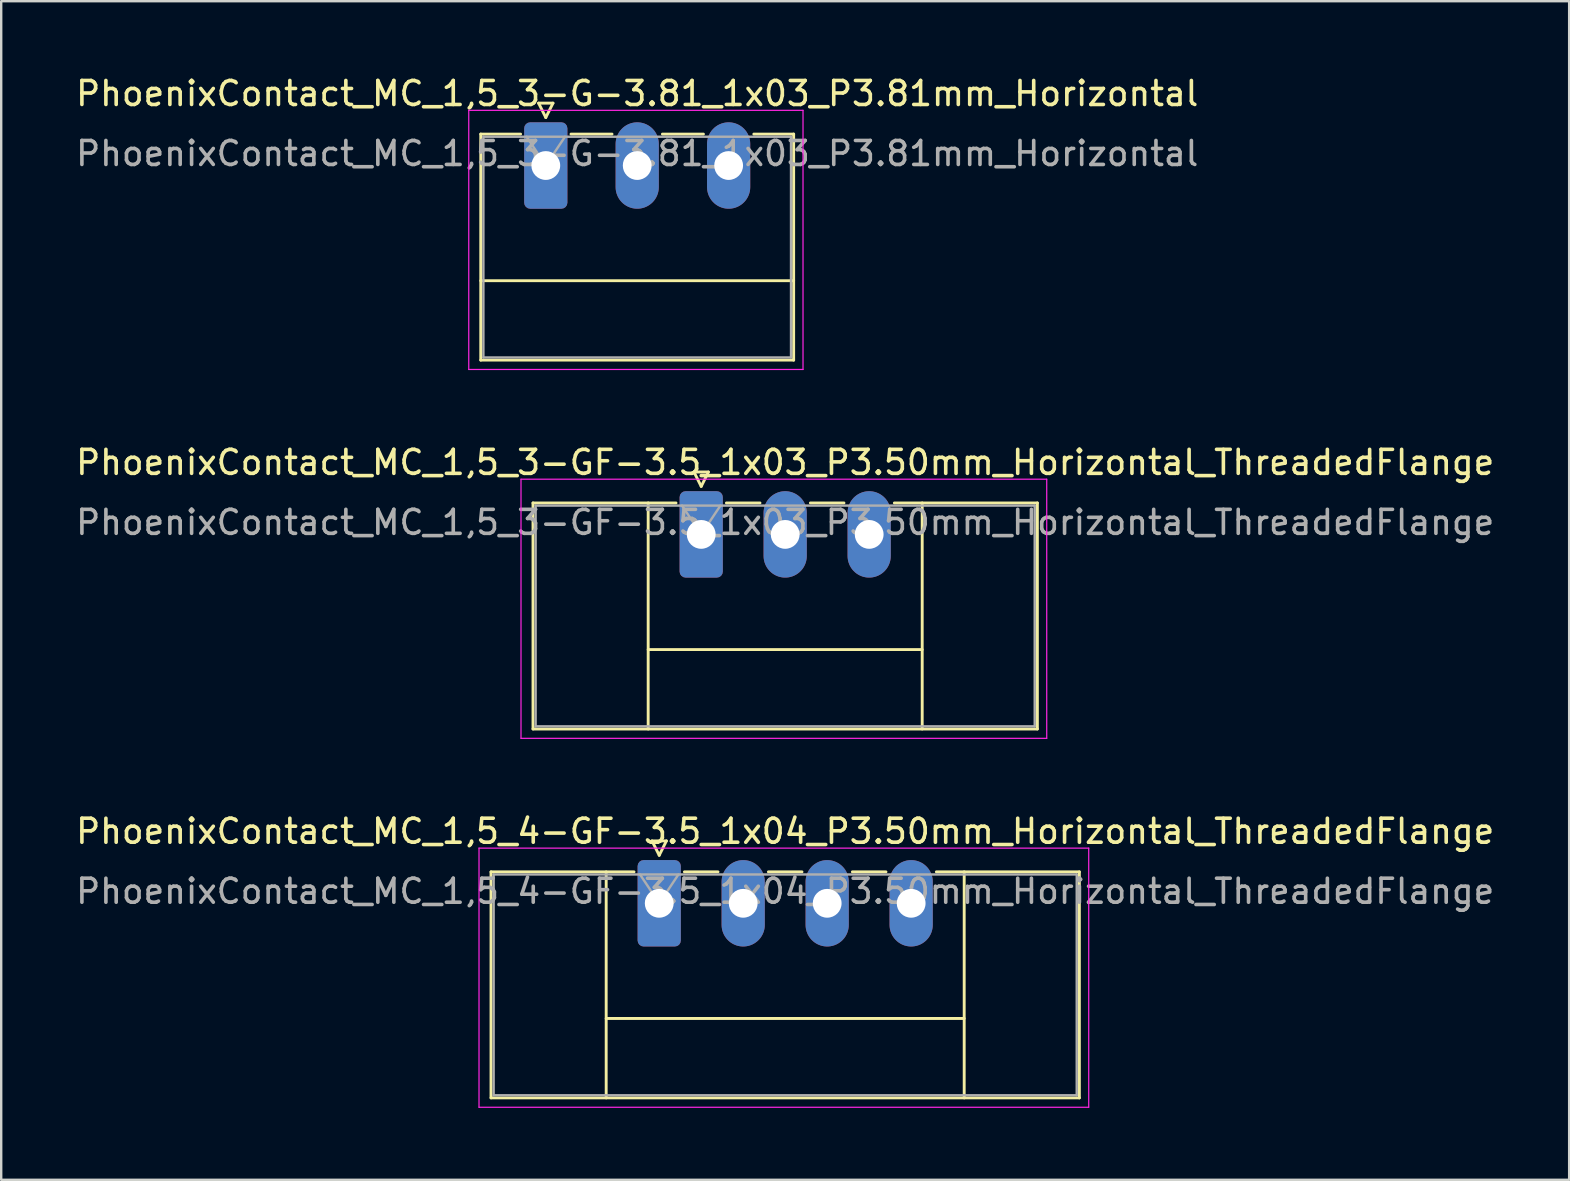
<source format=kicad_pcb>
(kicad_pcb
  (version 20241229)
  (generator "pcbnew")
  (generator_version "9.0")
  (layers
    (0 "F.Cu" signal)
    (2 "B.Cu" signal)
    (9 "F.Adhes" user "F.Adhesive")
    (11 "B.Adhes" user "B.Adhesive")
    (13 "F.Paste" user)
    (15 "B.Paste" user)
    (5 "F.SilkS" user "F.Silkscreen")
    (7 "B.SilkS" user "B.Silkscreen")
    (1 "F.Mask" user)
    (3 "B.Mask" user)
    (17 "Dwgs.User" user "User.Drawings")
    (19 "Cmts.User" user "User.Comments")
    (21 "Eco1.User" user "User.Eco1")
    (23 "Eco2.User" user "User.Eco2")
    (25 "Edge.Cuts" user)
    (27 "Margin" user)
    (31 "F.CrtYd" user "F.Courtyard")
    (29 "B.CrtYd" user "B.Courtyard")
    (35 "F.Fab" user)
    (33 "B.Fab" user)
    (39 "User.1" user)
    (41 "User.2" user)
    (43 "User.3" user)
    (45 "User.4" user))
  (footprint "PhoenixContact_MC_1,5_3-G-3.81_1x03_P3.81mm_Horizontal"
    (layer "F.Cu")
    (at 19.696 3.848)
    (property "Reference" "PhoenixContact_MC_1,5_3-G-3.81_1x03_P3.81mm_Horizontal" (at 3.81 -3 0) (layer "F.SilkS") (effects (font (size 1 1) (thickness 0.15))))
    (attr through_hole)
    (fp_line (start -2.71 -1.31) (end -2.71 8.11) (stroke (width 0.12) (type solid)) (layer "F.SilkS"))
    (fp_line (start -2.71 -1.31) (end -1.05 -1.31) (stroke (width 0.12) (type solid)) (layer "F.SilkS"))
    (fp_line (start -2.71 4.8) (end 10.33 4.8) (stroke (width 0.12) (type solid)) (layer "F.SilkS"))
    (fp_line (start -2.71 8.11) (end 10.33 8.11) (stroke (width 0.12) (type solid)) (layer "F.SilkS"))
    (fp_line (start -0.3 -2.6) (end 0.3 -2.6) (stroke (width 0.12) (type solid)) (layer "F.SilkS"))
    (fp_line (start 0 -2) (end -0.3 -2.6) (stroke (width 0.12) (type solid)) (layer "F.SilkS"))
    (fp_line (start 0.3 -2.6) (end 0 -2) (stroke (width 0.12) (type solid)) (layer "F.SilkS"))
    (fp_line (start 1.05 -1.31) (end 2.76 -1.31) (stroke (width 0.12) (type solid)) (layer "F.SilkS"))
    (fp_line (start 4.86 -1.31) (end 6.57 -1.31) (stroke (width 0.12) (type solid)) (layer "F.SilkS"))
    (fp_line (start 10.33 -1.31) (end 8.67 -1.31) (stroke (width 0.12) (type solid)) (layer "F.SilkS"))
    (fp_line (start 10.33 8.11) (end 10.33 -1.31) (stroke (width 0.12) (type solid)) (layer "F.SilkS"))
    (fp_line (start -3.21 -2.3) (end -3.21 8.5) (stroke (width 0.05) (type solid)) (layer "F.CrtYd"))
    (fp_line (start -3.21 8.5) (end 10.72 8.5) (stroke (width 0.05) (type solid)) (layer "F.CrtYd"))
    (fp_line (start 10.72 -2.3) (end -3.21 -2.3) (stroke (width 0.05) (type solid)) (layer "F.CrtYd"))
    (fp_line (start 10.72 8.5) (end 10.72 -2.3) (stroke (width 0.05) (type solid)) (layer "F.CrtYd"))
    (fp_line (start -2.6 -1.2) (end -2.6 8) (stroke (width 0.1) (type solid)) (layer "F.Fab"))
    (fp_line (start -2.6 8) (end 10.22 8) (stroke (width 0.1) (type solid)) (layer "F.Fab"))
    (fp_line (start 0 0) (end -0.8 -1.2) (stroke (width 0.1) (type solid)) (layer "F.Fab"))
    (fp_line (start 0.8 -1.2) (end 0 0) (stroke (width 0.1) (type solid)) (layer "F.Fab"))
    (fp_line (start 10.22 -1.2) (end -2.6 -1.2) (stroke (width 0.1) (type solid)) (layer "F.Fab"))
    (fp_line (start 10.22 8) (end 10.22 -1.2) (stroke (width 0.1) (type solid)) (layer "F.Fab"))
    (fp_text user "${REFERENCE}" (at 3.81 -0.5 0) (layer "F.Fab") (effects (font (size 1 1) (thickness 0.15))))
    (pad "1" thru_hole roundrect (at 0 0) (size 1.8 3.6) (drill 1.2) (layers "*.Cu" "*.Mask") (roundrect_rratio 0.139))
    (pad "2" thru_hole oval (at 3.81 0) (size 1.8 3.6) (drill 1.2) (layers "*.Cu" "*.Mask"))
    (pad "3" thru_hole oval (at 7.62 0) (size 1.8 3.6) (drill 1.2) (layers "*.Cu" "*.Mask")))
  (footprint "PhoenixContact_MC_1,5_3-GF-3.5_1x03_P3.50mm_Horizontal_ThreadedFlange"
    (layer "F.Cu")
    (at 26.173 19.221)
    (property "Reference" "PhoenixContact_MC_1,5_3-GF-3.5_1x03_P3.50mm_Horizontal_ThreadedFlange" (at 3.5 -3 0) (layer "F.SilkS") (effects (font (size 1 1) (thickness 0.15))))
    (attr through_hole)
    (fp_line (start -7.01 -1.31) (end -7.01 8.11) (stroke (width 0.12) (type solid)) (layer "F.SilkS"))
    (fp_line (start -7.01 -1.31) (end -1.05 -1.31) (stroke (width 0.12) (type solid)) (layer "F.SilkS"))
    (fp_line (start -7.01 8.11) (end 14.01 8.11) (stroke (width 0.12) (type solid)) (layer "F.SilkS"))
    (fp_line (start -2.21 -1.31) (end -2.21 8.11) (stroke (width 0.12) (type solid)) (layer "F.SilkS"))
    (fp_line (start -2.21 4.8) (end 9.21 4.8) (stroke (width 0.12) (type solid)) (layer "F.SilkS"))
    (fp_line (start -0.3 -2.6) (end 0.3 -2.6) (stroke (width 0.12) (type solid)) (layer "F.SilkS"))
    (fp_line (start 0 -2) (end -0.3 -2.6) (stroke (width 0.12) (type solid)) (layer "F.SilkS"))
    (fp_line (start 0.3 -2.6) (end 0 -2) (stroke (width 0.12) (type solid)) (layer "F.SilkS"))
    (fp_line (start 1.05 -1.31) (end 2.45 -1.31) (stroke (width 0.12) (type solid)) (layer "F.SilkS"))
    (fp_line (start 4.55 -1.31) (end 5.95 -1.31) (stroke (width 0.12) (type solid)) (layer "F.SilkS"))
    (fp_line (start 9.21 -1.31) (end 9.21 8.11) (stroke (width 0.12) (type solid)) (layer "F.SilkS"))
    (fp_line (start 14.01 -1.31) (end 8.05 -1.31) (stroke (width 0.12) (type solid)) (layer "F.SilkS"))
    (fp_line (start 14.01 8.11) (end 14.01 -1.31) (stroke (width 0.12) (type solid)) (layer "F.SilkS"))
    (fp_line (start -7.51 -2.3) (end -7.51 8.5) (stroke (width 0.05) (type solid)) (layer "F.CrtYd"))
    (fp_line (start -7.51 8.5) (end 14.4 8.5) (stroke (width 0.05) (type solid)) (layer "F.CrtYd"))
    (fp_line (start 14.4 -2.3) (end -7.51 -2.3) (stroke (width 0.05) (type solid)) (layer "F.CrtYd"))
    (fp_line (start 14.4 8.5) (end 14.4 -2.3) (stroke (width 0.05) (type solid)) (layer "F.CrtYd"))
    (fp_line (start -6.9 -1.2) (end -6.9 8) (stroke (width 0.1) (type solid)) (layer "F.Fab"))
    (fp_line (start -6.9 8) (end 13.9 8) (stroke (width 0.1) (type solid)) (layer "F.Fab"))
    (fp_line (start 0 0) (end -0.8 -1.2) (stroke (width 0.1) (type solid)) (layer "F.Fab"))
    (fp_line (start 0.8 -1.2) (end 0 0) (stroke (width 0.1) (type solid)) (layer "F.Fab"))
    (fp_line (start 13.9 -1.2) (end -6.9 -1.2) (stroke (width 0.1) (type solid)) (layer "F.Fab"))
    (fp_line (start 13.9 8) (end 13.9 -1.2) (stroke (width 0.1) (type solid)) (layer "F.Fab"))
    (fp_text user "${REFERENCE}" (at 3.5 -0.5 0) (layer "F.Fab") (effects (font (size 1 1) (thickness 0.15))))
    (pad "1" thru_hole roundrect (at 0 0) (size 1.8 3.6) (drill 1.2) (layers "*.Cu" "*.Mask") (roundrect_rratio 0.139))
    (pad "2" thru_hole oval (at 3.5 0) (size 1.8 3.6) (drill 1.2) (layers "*.Cu" "*.Mask"))
    (pad "3" thru_hole oval (at 7 0) (size 1.8 3.6) (drill 1.2) (layers "*.Cu" "*.Mask")))
  (footprint "PhoenixContact_MC_1,5_4-GF-3.5_1x04_P3.50mm_Horizontal_ThreadedFlange"
    (layer "F.Cu")
    (at 24.423 34.595)
    (property "Reference" "PhoenixContact_MC_1,5_4-GF-3.5_1x04_P3.50mm_Horizontal_ThreadedFlange" (at 5.25 -3 0) (layer "F.SilkS") (effects (font (size 1 1) (thickness 0.15))))
    (attr through_hole)
    (fp_line (start -7.01 -1.31) (end -7.01 8.11) (stroke (width 0.12) (type solid)) (layer "F.SilkS"))
    (fp_line (start -7.01 -1.31) (end -1.05 -1.31) (stroke (width 0.12) (type solid)) (layer "F.SilkS"))
    (fp_line (start -7.01 8.11) (end 17.51 8.11) (stroke (width 0.12) (type solid)) (layer "F.SilkS"))
    (fp_line (start -2.21 -1.31) (end -2.21 8.11) (stroke (width 0.12) (type solid)) (layer "F.SilkS"))
    (fp_line (start -2.21 4.8) (end 12.71 4.8) (stroke (width 0.12) (type solid)) (layer "F.SilkS"))
    (fp_line (start -0.3 -2.6) (end 0.3 -2.6) (stroke (width 0.12) (type solid)) (layer "F.SilkS"))
    (fp_line (start 0 -2) (end -0.3 -2.6) (stroke (width 0.12) (type solid)) (layer "F.SilkS"))
    (fp_line (start 0.3 -2.6) (end 0 -2) (stroke (width 0.12) (type solid)) (layer "F.SilkS"))
    (fp_line (start 1.05 -1.31) (end 2.45 -1.31) (stroke (width 0.12) (type solid)) (layer "F.SilkS"))
    (fp_line (start 4.55 -1.31) (end 5.95 -1.31) (stroke (width 0.12) (type solid)) (layer "F.SilkS"))
    (fp_line (start 8.05 -1.31) (end 9.45 -1.31) (stroke (width 0.12) (type solid)) (layer "F.SilkS"))
    (fp_line (start 12.71 -1.31) (end 12.71 8.11) (stroke (width 0.12) (type solid)) (layer "F.SilkS"))
    (fp_line (start 17.51 -1.31) (end 11.55 -1.31) (stroke (width 0.12) (type solid)) (layer "F.SilkS"))
    (fp_line (start 17.51 8.11) (end 17.51 -1.31) (stroke (width 0.12) (type solid)) (layer "F.SilkS"))
    (fp_line (start -7.51 -2.3) (end -7.51 8.5) (stroke (width 0.05) (type solid)) (layer "F.CrtYd"))
    (fp_line (start -7.51 8.5) (end 17.9 8.5) (stroke (width 0.05) (type solid)) (layer "F.CrtYd"))
    (fp_line (start 17.9 -2.3) (end -7.51 -2.3) (stroke (width 0.05) (type solid)) (layer "F.CrtYd"))
    (fp_line (start 17.9 8.5) (end 17.9 -2.3) (stroke (width 0.05) (type solid)) (layer "F.CrtYd"))
    (fp_line (start -6.9 -1.2) (end -6.9 8) (stroke (width 0.1) (type solid)) (layer "F.Fab"))
    (fp_line (start -6.9 8) (end 17.4 8) (stroke (width 0.1) (type solid)) (layer "F.Fab"))
    (fp_line (start 0 0) (end -0.8 -1.2) (stroke (width 0.1) (type solid)) (layer "F.Fab"))
    (fp_line (start 0.8 -1.2) (end 0 0) (stroke (width 0.1) (type solid)) (layer "F.Fab"))
    (fp_line (start 17.4 -1.2) (end -6.9 -1.2) (stroke (width 0.1) (type solid)) (layer "F.Fab"))
    (fp_line (start 17.4 8) (end 17.4 -1.2) (stroke (width 0.1) (type solid)) (layer "F.Fab"))
    (fp_text user "${REFERENCE}" (at 5.25 -0.5 0) (layer "F.Fab") (effects (font (size 1 1) (thickness 0.15))))
    (pad "1" thru_hole roundrect (at 0 0) (size 1.8 3.6) (drill 1.2) (layers "*.Cu" "*.Mask") (roundrect_rratio 0.139))
    (pad "2" thru_hole oval (at 3.5 0) (size 1.8 3.6) (drill 1.2) (layers "*.Cu" "*.Mask"))
    (pad "3" thru_hole oval (at 7 0) (size 1.8 3.6) (drill 1.2) (layers "*.Cu" "*.Mask"))
    (pad "4" thru_hole oval (at 10.5 0) (size 1.8 3.6) (drill 1.2) (layers "*.Cu" "*.Mask")))
  (gr_rect
    (start -3 -3)
    (end 62.345 46.12)
    (stroke (width 0.1) (type default))
    (fill no)
    (layer "Edge.Cuts")))
</source>
